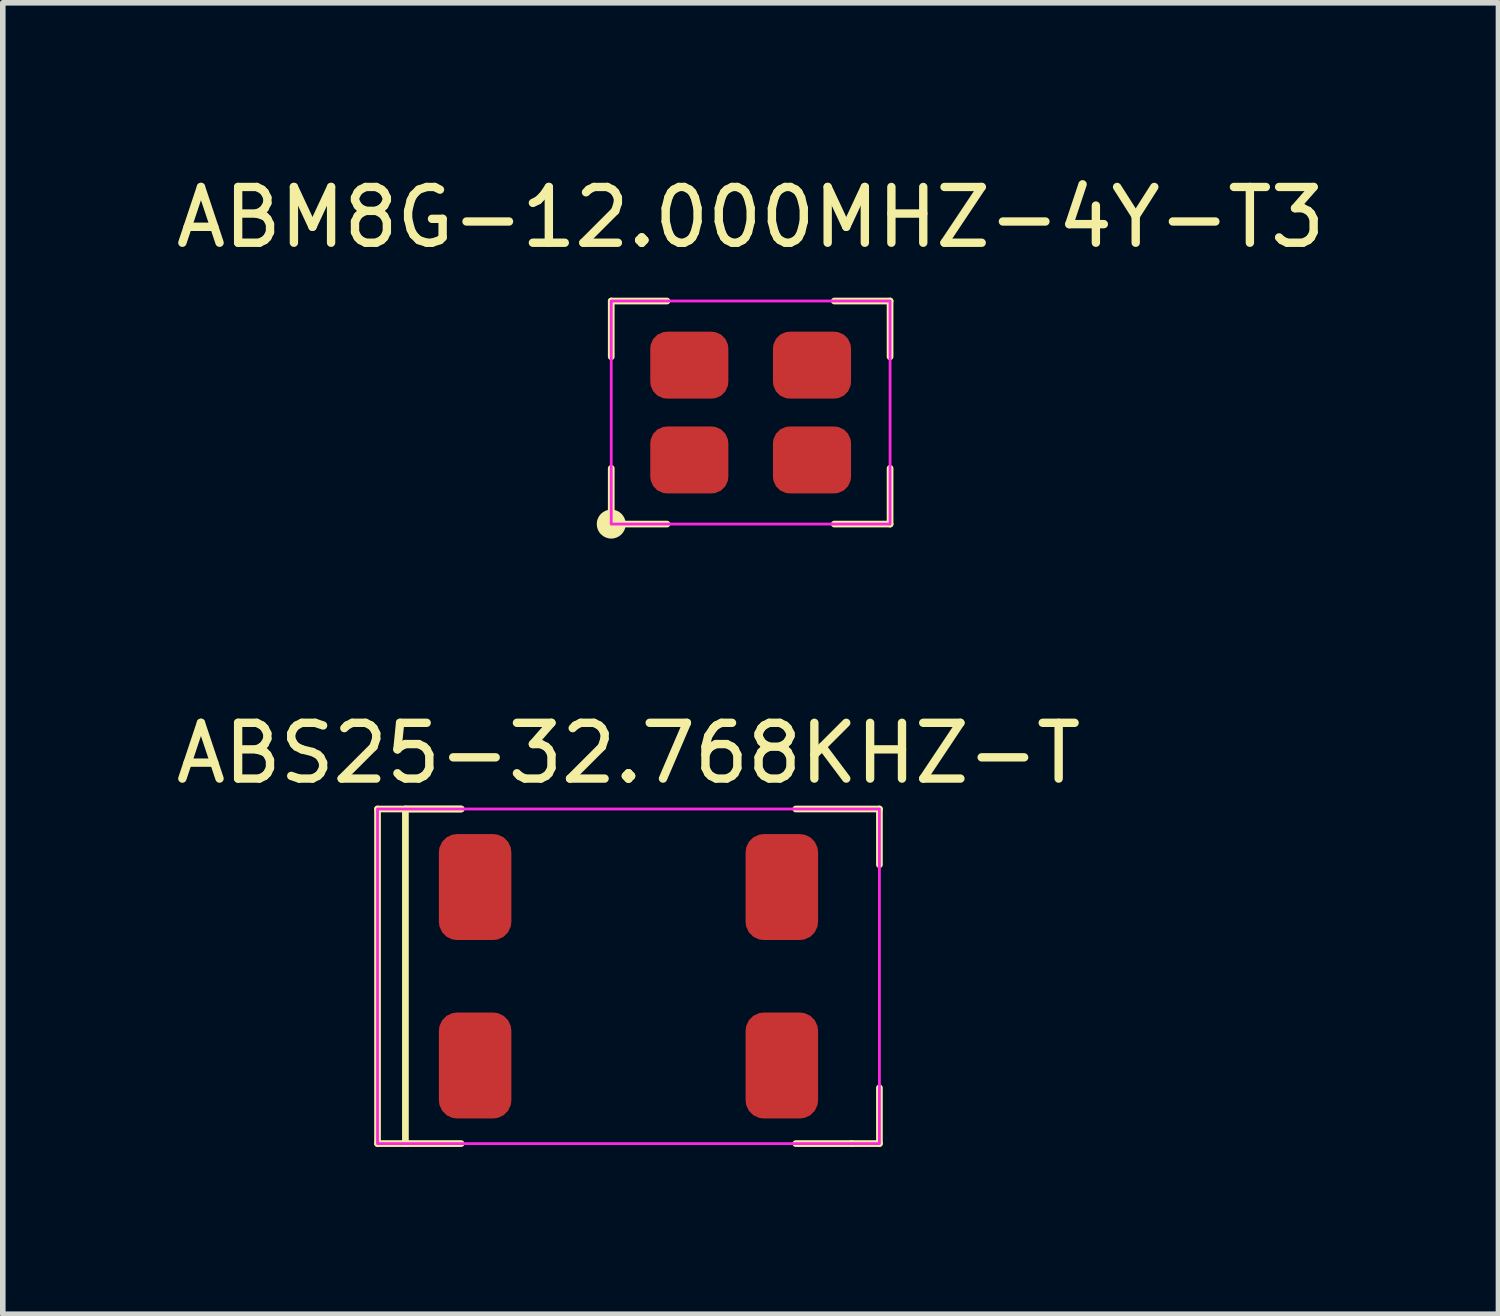
<source format=kicad_pcb>
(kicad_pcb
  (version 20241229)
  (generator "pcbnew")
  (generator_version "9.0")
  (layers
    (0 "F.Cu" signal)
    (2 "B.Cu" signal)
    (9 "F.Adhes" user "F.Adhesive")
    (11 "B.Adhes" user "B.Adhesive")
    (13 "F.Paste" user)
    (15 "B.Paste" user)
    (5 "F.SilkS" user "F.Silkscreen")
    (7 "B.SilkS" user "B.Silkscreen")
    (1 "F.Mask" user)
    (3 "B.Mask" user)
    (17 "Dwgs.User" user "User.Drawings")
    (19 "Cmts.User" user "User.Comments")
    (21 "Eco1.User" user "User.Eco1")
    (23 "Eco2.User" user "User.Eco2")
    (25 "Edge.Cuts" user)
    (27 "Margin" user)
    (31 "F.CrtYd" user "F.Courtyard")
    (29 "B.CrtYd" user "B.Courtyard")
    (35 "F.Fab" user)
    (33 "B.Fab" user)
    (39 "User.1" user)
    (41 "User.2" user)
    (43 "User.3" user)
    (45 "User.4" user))
  (footprint "ABS25-32.768KHZ-T"
    (layer "F.Cu")
    (at 8.22 14.457)
    (property "Reference" "ABS25-32.768KHZ-T" (at 0 -4 0) (unlocked yes) (layer "F.SilkS") (effects (font (size 1 1) (thickness 0.15))))
    (attr smd)
    (fp_line (start -4.5 -3) (end -4.5 3) (stroke (width 0.12) (type solid)) (layer "F.SilkS"))
    (fp_line (start -4.5 3) (end -3 3) (stroke (width 0.12) (type solid)) (layer "F.SilkS"))
    (fp_line (start -4 -3) (end -4 3) (stroke (width 0.12) (type solid)) (layer "F.SilkS"))
    (fp_line (start -4 -3) (end -3 -3) (stroke (width 0.12) (type solid)) (layer "F.SilkS"))
    (fp_line (start -3 -3) (end -4.5 -3) (stroke (width 0.12) (type solid)) (layer "F.SilkS"))
    (fp_line (start 3 3) (end 4 3) (stroke (width 0.12) (type solid)) (layer "F.SilkS"))
    (fp_line (start 4.5 -3) (end 3 -3) (stroke (width 0.12) (type solid)) (layer "F.SilkS"))
    (fp_line (start 4.5 -2) (end 4.5 -3) (stroke (width 0.12) (type solid)) (layer "F.SilkS"))
    (fp_line (start 4.5 2) (end 4.5 3) (stroke (width 0.12) (type solid)) (layer "F.SilkS"))
    (fp_line (start 4.5 3) (end 4 3) (stroke (width 0.12) (type solid)) (layer "F.SilkS"))
    (fp_rect (start -4.5 -3) (end 4.5 3) (stroke (width 0.05) (type solid)) (fill no) (layer "F.CrtYd"))
    (pad "1" smd roundrect (at -2.75 1.6) (size 1.3 1.9) (layers "F.Cu" "F.Mask" "F.Paste") (roundrect_rratio 0.25))
    (pad "2" smd roundrect (at 2.75 1.6) (size 1.3 1.9) (layers "F.Cu" "F.Mask" "F.Paste") (roundrect_rratio 0.25))
    (pad "3" smd roundrect (at 2.75 -1.6) (size 1.3 1.9) (layers "F.Cu" "F.Mask" "F.Paste") (roundrect_rratio 0.25))
    (pad "4" smd roundrect (at -2.75 -1.6) (size 1.3 1.9) (layers "F.Cu" "F.Mask" "F.Paste") (roundrect_rratio 0.25)))
  (footprint "ABM8G-12.000MHZ-4Y-T3"
    (layer "F.Cu")
    (at 10.411 4.348)
    (property "Reference" "ABM8G-12.000MHZ-4Y-T3" (at 0 -3.5 0) (unlocked yes) (layer "F.SilkS") (effects (font (size 1 1) (thickness 0.15))))
    (attr smd)
    (fp_line (start -2.5 -2) (end -2.5 -1) (stroke (width 0.12) (type solid)) (layer "F.SilkS"))
    (fp_line (start -2.5 2) (end -2.5 1) (stroke (width 0.12) (type solid)) (layer "F.SilkS"))
    (fp_line (start -2.5 2) (end -1.5 2) (stroke (width 0.12) (type solid)) (layer "F.SilkS"))
    (fp_line (start -1.5 -2) (end -2.5 -2) (stroke (width 0.12) (type solid)) (layer "F.SilkS"))
    (fp_line (start 2.5 -2) (end 1.5 -2) (stroke (width 0.12) (type solid)) (layer "F.SilkS"))
    (fp_line (start 2.5 -1) (end 2.5 -2) (stroke (width 0.12) (type solid)) (layer "F.SilkS"))
    (fp_line (start 2.5 1) (end 2.5 2) (stroke (width 0.12) (type solid)) (layer "F.SilkS"))
    (fp_line (start 2.5 2) (end 1.5 2) (stroke (width 0.12) (type solid)) (layer "F.SilkS"))
    (fp_circle (center -2.5 2) (end -2.3 2) (stroke (width 0.12) (type solid)) (fill yes) (layer "F.SilkS"))
    (fp_rect (start -2.5 -2) (end 2.5 2) (stroke (width 0.05) (type solid)) (fill no) (layer "F.CrtYd"))
    (pad "1" smd roundrect (at -1.1 0.85) (size 1.4 1.2) (layers "F.Cu" "F.Mask" "F.Paste") (roundrect_rratio 0.25))
    (pad "2" smd roundrect (at 1.1 0.85) (size 1.4 1.2) (layers "F.Cu" "F.Mask" "F.Paste") (roundrect_rratio 0.25))
    (pad "3" smd roundrect (at 1.1 -0.85) (size 1.4 1.2) (layers "F.Cu" "F.Mask" "F.Paste") (roundrect_rratio 0.25))
    (pad "4" smd roundrect (at -1.1 -0.85) (size 1.4 1.2) (layers "F.Cu" "F.Mask" "F.Paste") (roundrect_rratio 0.25)))
  (gr_rect
    (start -3 -3)
    (end 23.821 20.517)
    (stroke (width 0.1) (type default))
    (fill no)
    (layer "Edge.Cuts")))
</source>
